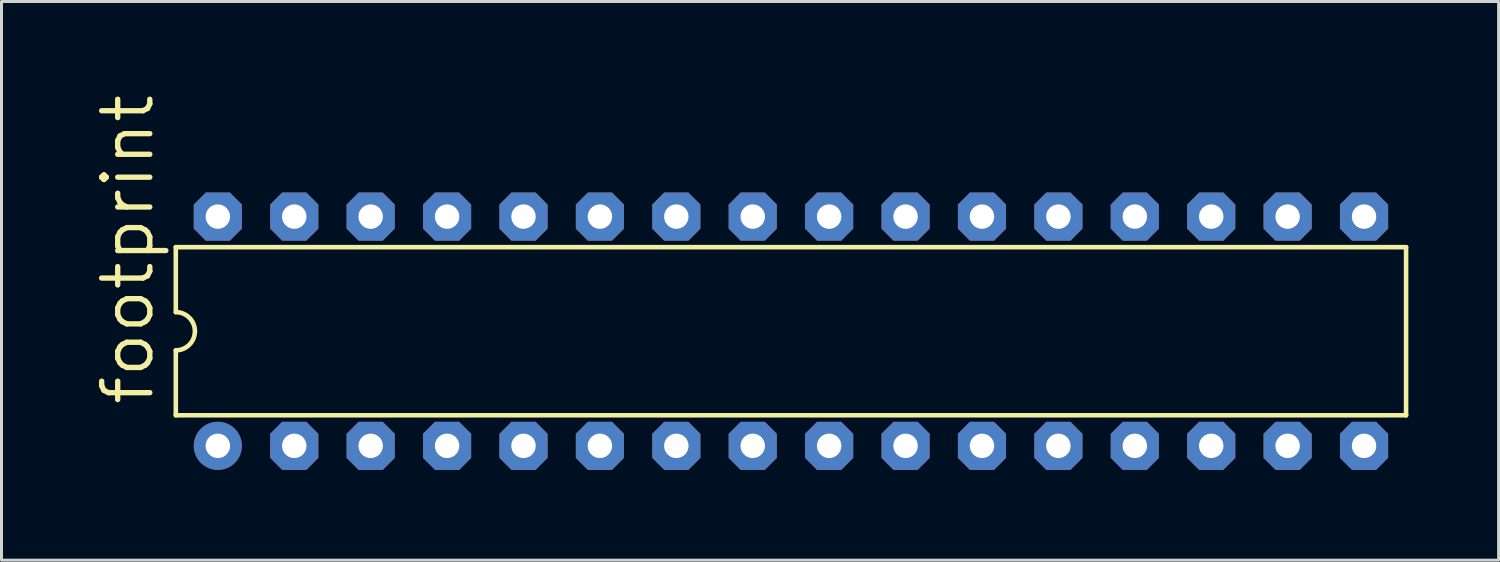
<source format=kicad_pcb>
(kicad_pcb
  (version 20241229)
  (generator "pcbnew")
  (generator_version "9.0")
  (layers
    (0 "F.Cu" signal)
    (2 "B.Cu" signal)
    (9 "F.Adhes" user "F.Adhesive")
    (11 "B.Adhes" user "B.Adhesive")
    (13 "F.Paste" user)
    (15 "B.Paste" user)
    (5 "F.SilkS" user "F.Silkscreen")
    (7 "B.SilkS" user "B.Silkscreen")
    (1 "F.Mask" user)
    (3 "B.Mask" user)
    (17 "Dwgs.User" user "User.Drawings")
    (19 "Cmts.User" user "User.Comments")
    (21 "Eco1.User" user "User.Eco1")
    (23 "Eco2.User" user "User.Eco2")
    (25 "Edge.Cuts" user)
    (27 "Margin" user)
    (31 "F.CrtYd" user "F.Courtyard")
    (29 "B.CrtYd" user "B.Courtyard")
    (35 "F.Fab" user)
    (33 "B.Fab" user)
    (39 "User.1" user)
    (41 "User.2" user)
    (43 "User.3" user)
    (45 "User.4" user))
  (footprint "footprint"
    (layer "F.Cu")
    (at 23.241 7.96)
    (property "Reference" "footprint" (at -21.107 2.54 90) (layer "F.SilkS") (effects (font (size 1.6 1.6) (thickness 0.178)) (justify left bottom)))
    (fp_line (start -20.447 -2.794) (end -20.447 -0.635) (stroke (width 0.152) (type solid)) (layer "F.SilkS"))
    (fp_line (start -20.447 -2.794) (end 20.447 -2.794) (stroke (width 0.152) (type solid)) (layer "F.SilkS"))
    (fp_line (start -20.447 0.635) (end -20.447 2.794) (stroke (width 0.152) (type solid)) (layer "F.SilkS"))
    (fp_line (start -20.447 2.794) (end 20.447 2.794) (stroke (width 0.152) (type solid)) (layer "F.SilkS"))
    (fp_line (start 20.447 -2.794) (end 20.447 2.794) (stroke (width 0.152) (type solid)) (layer "F.SilkS"))
    (fp_arc (start -20.447 -0.635) (mid -19.812 0) (end -20.447 0.635) (stroke (width 0.1524) (type solid)) (layer "F.SilkS"))
    (pad "1" thru_hole circle (at -19.05 3.81) (size 1.6 1.6) (drill 0.813) (layers "*.Cu" "*.Mask"))
    (pad "2" thru_hole roundrect (at -16.51 3.81) (size 1.6 1.6) (drill 0.813) (layers "*.Cu" "*.Mask") (roundrect_rratio 0.25) (chamfer_ratio 0.25) (chamfer top_left top_right bottom_left bottom_right))
    (pad "3" thru_hole roundrect (at -13.97 3.81) (size 1.6 1.6) (drill 0.813) (layers "*.Cu" "*.Mask") (roundrect_rratio 0.25) (chamfer_ratio 0.25) (chamfer top_left top_right bottom_left bottom_right))
    (pad "4" thru_hole roundrect (at -11.43 3.81) (size 1.6 1.6) (drill 0.813) (layers "*.Cu" "*.Mask") (roundrect_rratio 0.25) (chamfer_ratio 0.25) (chamfer top_left top_right bottom_left bottom_right))
    (pad "5" thru_hole roundrect (at -8.89 3.81) (size 1.6 1.6) (drill 0.813) (layers "*.Cu" "*.Mask") (roundrect_rratio 0.25) (chamfer_ratio 0.25) (chamfer top_left top_right bottom_left bottom_right))
    (pad "6" thru_hole roundrect (at -6.35 3.81) (size 1.6 1.6) (drill 0.813) (layers "*.Cu" "*.Mask") (roundrect_rratio 0.25) (chamfer_ratio 0.25) (chamfer top_left top_right bottom_left bottom_right))
    (pad "7" thru_hole roundrect (at -3.81 3.81) (size 1.6 1.6) (drill 0.813) (layers "*.Cu" "*.Mask") (roundrect_rratio 0.25) (chamfer_ratio 0.25) (chamfer top_left top_right bottom_left bottom_right))
    (pad "8" thru_hole roundrect (at -1.27 3.81) (size 1.6 1.6) (drill 0.813) (layers "*.Cu" "*.Mask") (roundrect_rratio 0.25) (chamfer_ratio 0.25) (chamfer top_left top_right bottom_left bottom_right))
    (pad "9" thru_hole roundrect (at 1.27 3.81) (size 1.6 1.6) (drill 0.813) (layers "*.Cu" "*.Mask") (roundrect_rratio 0.25) (chamfer_ratio 0.25) (chamfer top_left top_right bottom_left bottom_right))
    (pad "10" thru_hole roundrect (at 3.81 3.81) (size 1.6 1.6) (drill 0.813) (layers "*.Cu" "*.Mask") (roundrect_rratio 0.25) (chamfer_ratio 0.25) (chamfer top_left top_right bottom_left bottom_right))
    (pad "11" thru_hole roundrect (at 6.35 3.81) (size 1.6 1.6) (drill 0.813) (layers "*.Cu" "*.Mask") (roundrect_rratio 0.25) (chamfer_ratio 0.25) (chamfer top_left top_right bottom_left bottom_right))
    (pad "12" thru_hole roundrect (at 8.89 3.81) (size 1.6 1.6) (drill 0.813) (layers "*.Cu" "*.Mask") (roundrect_rratio 0.25) (chamfer_ratio 0.25) (chamfer top_left top_right bottom_left bottom_right))
    (pad "13" thru_hole roundrect (at 11.43 3.81) (size 1.6 1.6) (drill 0.813) (layers "*.Cu" "*.Mask") (roundrect_rratio 0.25) (chamfer_ratio 0.25) (chamfer top_left top_right bottom_left bottom_right))
    (pad "14" thru_hole roundrect (at 13.97 3.81) (size 1.6 1.6) (drill 0.813) (layers "*.Cu" "*.Mask") (roundrect_rratio 0.25) (chamfer_ratio 0.25) (chamfer top_left top_right bottom_left bottom_right))
    (pad "15" thru_hole roundrect (at 16.51 3.81) (size 1.6 1.6) (drill 0.813) (layers "*.Cu" "*.Mask") (roundrect_rratio 0.25) (chamfer_ratio 0.25) (chamfer top_left top_right bottom_left bottom_right))
    (pad "16" thru_hole roundrect (at 19.05 3.81) (size 1.6 1.6) (drill 0.813) (layers "*.Cu" "*.Mask") (roundrect_rratio 0.25) (chamfer_ratio 0.25) (chamfer top_left top_right bottom_left bottom_right))
    (pad "17" thru_hole roundrect (at 19.05 -3.81) (size 1.6 1.6) (drill 0.813) (layers "*.Cu" "*.Mask") (roundrect_rratio 0.25) (chamfer_ratio 0.25) (chamfer top_left top_right bottom_left bottom_right))
    (pad "18" thru_hole roundrect (at 16.51 -3.81) (size 1.6 1.6) (drill 0.813) (layers "*.Cu" "*.Mask") (roundrect_rratio 0.25) (chamfer_ratio 0.25) (chamfer top_left top_right bottom_left bottom_right))
    (pad "19" thru_hole roundrect (at 13.97 -3.81) (size 1.6 1.6) (drill 0.813) (layers "*.Cu" "*.Mask") (roundrect_rratio 0.25) (chamfer_ratio 0.25) (chamfer top_left top_right bottom_left bottom_right))
    (pad "20" thru_hole roundrect (at 11.43 -3.81) (size 1.6 1.6) (drill 0.813) (layers "*.Cu" "*.Mask") (roundrect_rratio 0.25) (chamfer_ratio 0.25) (chamfer top_left top_right bottom_left bottom_right))
    (pad "21" thru_hole roundrect (at 8.89 -3.81) (size 1.6 1.6) (drill 0.813) (layers "*.Cu" "*.Mask") (roundrect_rratio 0.25) (chamfer_ratio 0.25) (chamfer top_left top_right bottom_left bottom_right))
    (pad "22" thru_hole roundrect (at 6.35 -3.81) (size 1.6 1.6) (drill 0.813) (layers "*.Cu" "*.Mask") (roundrect_rratio 0.25) (chamfer_ratio 0.25) (chamfer top_left top_right bottom_left bottom_right))
    (pad "23" thru_hole roundrect (at 3.81 -3.81) (size 1.6 1.6) (drill 0.813) (layers "*.Cu" "*.Mask") (roundrect_rratio 0.25) (chamfer_ratio 0.25) (chamfer top_left top_right bottom_left bottom_right))
    (pad "24" thru_hole roundrect (at 1.27 -3.81) (size 1.6 1.6) (drill 0.813) (layers "*.Cu" "*.Mask") (roundrect_rratio 0.25) (chamfer_ratio 0.25) (chamfer top_left top_right bottom_left bottom_right))
    (pad "25" thru_hole roundrect (at -1.27 -3.81) (size 1.6 1.6) (drill 0.813) (layers "*.Cu" "*.Mask") (roundrect_rratio 0.25) (chamfer_ratio 0.25) (chamfer top_left top_right bottom_left bottom_right))
    (pad "26" thru_hole roundrect (at -3.81 -3.81) (size 1.6 1.6) (drill 0.813) (layers "*.Cu" "*.Mask") (roundrect_rratio 0.25) (chamfer_ratio 0.25) (chamfer top_left top_right bottom_left bottom_right))
    (pad "27" thru_hole roundrect (at -6.35 -3.81) (size 1.6 1.6) (drill 0.813) (layers "*.Cu" "*.Mask") (roundrect_rratio 0.25) (chamfer_ratio 0.25) (chamfer top_left top_right bottom_left bottom_right))
    (pad "28" thru_hole roundrect (at -8.89 -3.81) (size 1.6 1.6) (drill 0.813) (layers "*.Cu" "*.Mask") (roundrect_rratio 0.25) (chamfer_ratio 0.25) (chamfer top_left top_right bottom_left bottom_right))
    (pad "29" thru_hole roundrect (at -11.43 -3.81) (size 1.6 1.6) (drill 0.813) (layers "*.Cu" "*.Mask") (roundrect_rratio 0.25) (chamfer_ratio 0.25) (chamfer top_left top_right bottom_left bottom_right))
    (pad "30" thru_hole roundrect (at -13.97 -3.81) (size 1.6 1.6) (drill 0.813) (layers "*.Cu" "*.Mask") (roundrect_rratio 0.25) (chamfer_ratio 0.25) (chamfer top_left top_right bottom_left bottom_right))
    (pad "31" thru_hole roundrect (at -16.51 -3.81) (size 1.6 1.6) (drill 0.813) (layers "*.Cu" "*.Mask") (roundrect_rratio 0.25) (chamfer_ratio 0.25) (chamfer top_left top_right bottom_left bottom_right))
    (pad "32" thru_hole roundrect (at -19.05 -3.81) (size 1.6 1.6) (drill 0.813) (layers "*.Cu" "*.Mask") (roundrect_rratio 0.25) (chamfer_ratio 0.25) (chamfer top_left top_right bottom_left bottom_right)))
  (gr_rect
    (start -3 -3)
    (end 46.764 15.57)
    (stroke (width 0.1) (type default))
    (fill no)
    (layer "Edge.Cuts")))
</source>
